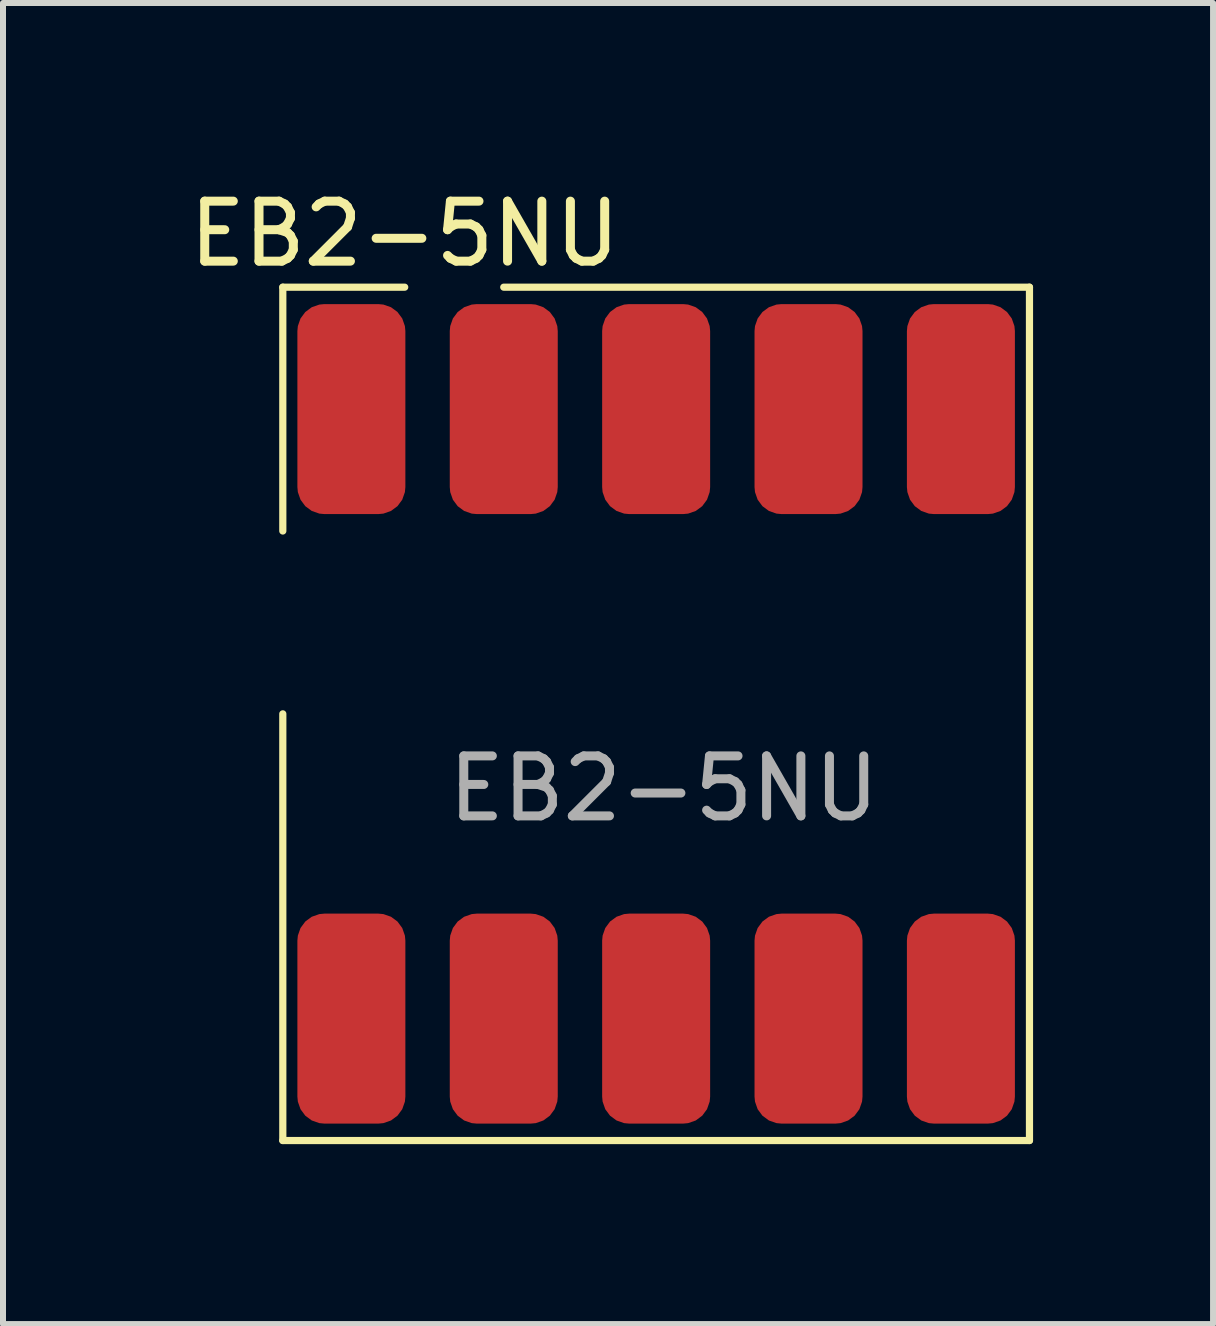
<source format=kicad_pcb>
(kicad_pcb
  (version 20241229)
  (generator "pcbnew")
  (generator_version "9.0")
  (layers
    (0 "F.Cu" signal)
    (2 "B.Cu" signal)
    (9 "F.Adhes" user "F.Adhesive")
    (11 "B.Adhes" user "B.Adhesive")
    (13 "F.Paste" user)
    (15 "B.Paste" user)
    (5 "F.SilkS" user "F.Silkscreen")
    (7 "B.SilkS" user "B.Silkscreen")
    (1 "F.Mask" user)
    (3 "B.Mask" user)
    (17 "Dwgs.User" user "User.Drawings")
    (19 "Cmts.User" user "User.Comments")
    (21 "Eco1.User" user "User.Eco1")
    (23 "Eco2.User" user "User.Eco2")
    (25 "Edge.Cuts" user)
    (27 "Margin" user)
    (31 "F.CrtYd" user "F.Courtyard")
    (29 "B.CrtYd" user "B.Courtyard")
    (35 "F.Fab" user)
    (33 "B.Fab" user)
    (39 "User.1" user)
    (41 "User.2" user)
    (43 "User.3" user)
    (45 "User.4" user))
  (footprint "EB2-5NU"
    (layer "F.Cu")
    (at 7.887 8.849)
    (property "Reference" "EB2-5NU" (at -4.191 -8.001 0) (unlocked yes) (layer "F.SilkS") (effects (font (size 1 1) (thickness 0.15))))
    (attr smd)
    (fp_line (start -6.223 -7.112) (end -4.191 -7.112) (stroke (width 0.12) (type default)) (layer "F.SilkS"))
    (fp_line (start -6.223 -3.048) (end -6.223 -7.112) (stroke (width 0.12) (type default)) (layer "F.SilkS"))
    (fp_line (start -6.223 7.112) (end -6.223 0) (stroke (width 0.12) (type default)) (layer "F.SilkS"))
    (fp_line (start -2.54 -7.112) (end 6.223 -7.112) (stroke (width 0.12) (type default)) (layer "F.SilkS"))
    (fp_line (start 6.223 -7.112) (end 6.223 7.112) (stroke (width 0.12) (type default)) (layer "F.SilkS"))
    (fp_line (start 6.223 7.112) (end -6.223 7.112) (stroke (width 0.12) (type default)) (layer "F.SilkS"))
    (fp_text user "${REFERENCE}" (at 0.127 1.246 0) (unlocked yes) (layer "F.Fab") (effects (font (size 1 1) (thickness 0.15))))
    (pad "1" smd roundrect (at -5.08 -5.08 180) (size 1.8 3.5) (layers "F.Cu" "F.Mask" "F.Paste") (roundrect_rratio 0.25))
    (pad "2" smd roundrect (at -2.54 -5.08 180) (size 1.8 3.5) (layers "F.Cu" "F.Mask" "F.Paste") (roundrect_rratio 0.25))
    (pad "3" smd roundrect (at 0 -5.08 180) (size 1.8 3.5) (layers "F.Cu" "F.Mask" "F.Paste") (roundrect_rratio 0.25))
    (pad "4" smd roundrect (at 2.54 -5.08 180) (size 1.8 3.5) (layers "F.Cu" "F.Mask" "F.Paste") (roundrect_rratio 0.25))
    (pad "5" smd roundrect (at 5.08 -5.08 180) (size 1.8 3.5) (layers "F.Cu" "F.Mask" "F.Paste") (roundrect_rratio 0.25))
    (pad "6" smd roundrect (at 5.08 5.08 180) (size 1.8 3.5) (layers "F.Cu" "F.Mask" "F.Paste") (roundrect_rratio 0.25))
    (pad "7" smd roundrect (at 2.54 5.08 180) (size 1.8 3.5) (layers "F.Cu" "F.Mask" "F.Paste") (roundrect_rratio 0.25))
    (pad "8" smd roundrect (at 0 5.08 180) (size 1.8 3.5) (layers "F.Cu" "F.Mask" "F.Paste") (roundrect_rratio 0.25))
    (pad "9" smd roundrect (at -2.54 5.08 180) (size 1.8 3.5) (layers "F.Cu" "F.Mask" "F.Paste") (roundrect_rratio 0.25))
    (pad "10" smd roundrect (at -5.08 5.08 180) (size 1.8 3.5) (layers "F.Cu" "F.Mask" "F.Paste") (roundrect_rratio 0.25)))
  (gr_rect
    (start -3 -3)
    (end 17.17 19.021)
    (stroke (width 0.1) (type default))
    (fill no)
    (layer "Edge.Cuts")))
</source>
